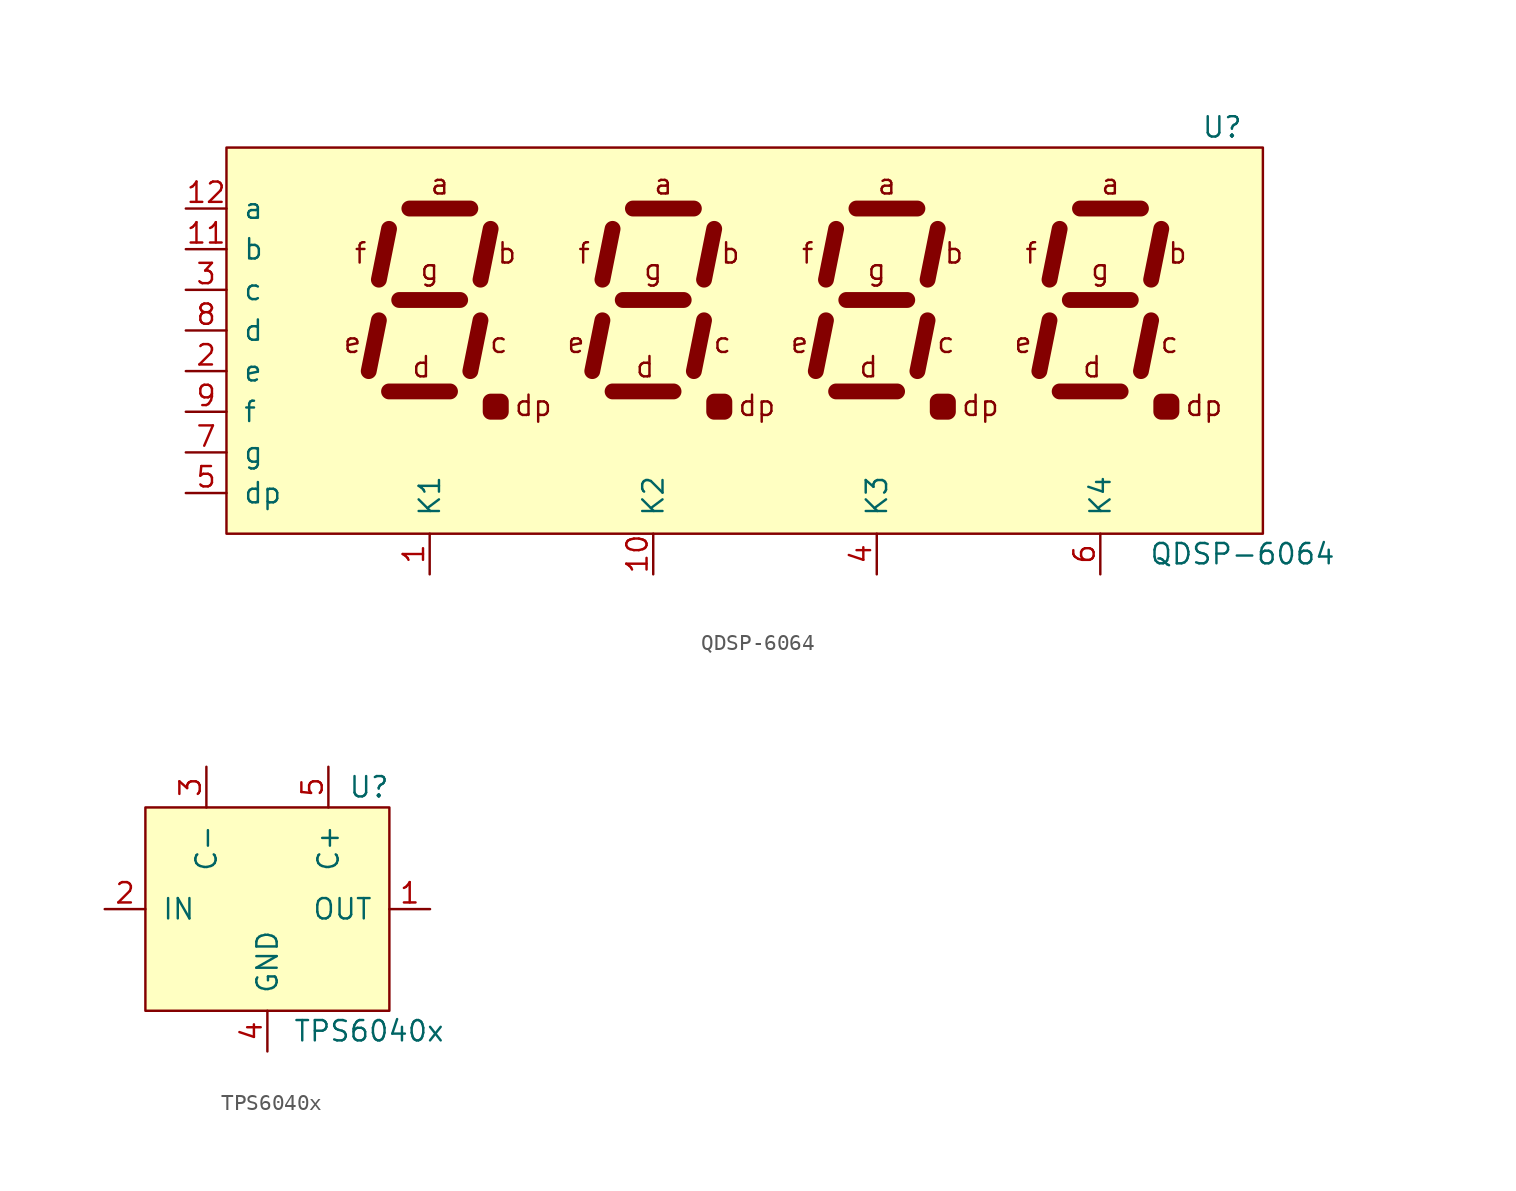
<source format=kicad_sym>
(kicad_symbol_lib
  (version 20220914)
  (generator kicad_symbol_editor)
  (symbol "QDSP-6064"
    (pin_names
      (offset 1.016))
    (property "Reference" "U"
      (at 29.21 13.97 0)
      (effects (font (size 1.27 1.27))))
    (property "Value" "QDSP-6064"
      (at 30.48 -12.7 0)
      (effects (font (size 1.27 1.27))))
    (symbol "QDSP-6064_0_0"
      (rectangle (start -33.02 12.7) (end 31.75 -11.43) (stroke (width 0) (type solid)) (fill (type background)))
      (polyline (pts (xy -16.51 -3.175) (xy -16.51 -3.81) (xy -15.875 -3.81) (xy -15.875 -3.175) (xy -16.51 -3.175)) (stroke (width 0.991) (type solid)) (fill (type none)))
      (text "a" (at -19.685 10.414 0) (effects (font (size 1.27 1.27))))
      (text "b" (at -15.494 6.096 0) (effects (font (size 1.27 1.27))))
      (text "c" (at -16.002 0.508 0) (effects (font (size 1.27 1.27))))
      (text "d" (at -20.828 -1.016 0) (effects (font (size 1.27 1.27))))
      (text "dp" (at -13.843 -3.429 0) (effects (font (size 1.27 1.27))))
      (text "e" (at -25.146 0.508 0) (effects (font (size 1.27 1.27))))
      (text "f" (at -24.638 6.096 0) (effects (font (size 1.27 1.27))))
      (text "g" (at -20.32 5.08 0) (effects (font (size 1.27 1.27)))))
    (symbol "QDSP-6064_0_1"
      (polyline (pts (xy -23.495 1.905) (xy -24.13 -1.27)) (stroke (width 0.991) (type solid)) (fill (type none)))
      (polyline (pts (xy -22.86 -2.54) (xy -19.05 -2.54)) (stroke (width 0.991) (type solid)) (fill (type none)))
      (polyline (pts (xy -22.86 7.62) (xy -23.495 4.445)) (stroke (width 0.991) (type solid)) (fill (type none)))
      (polyline (pts (xy -22.225 3.175) (xy -18.415 3.175)) (stroke (width 0.991) (type solid)) (fill (type none)))
      (polyline (pts (xy -21.59 8.89) (xy -17.78 8.89)) (stroke (width 0.991) (type solid)) (fill (type none)))
      (polyline (pts (xy -17.145 1.905) (xy -17.78 -1.27)) (stroke (width 0.991) (type solid)) (fill (type none)))
      (polyline (pts (xy -16.51 7.62) (xy -17.145 4.445)) (stroke (width 0.991) (type solid)) (fill (type none))))
    (symbol "QDSP-6064_1_1"
      (polyline (pts (xy -9.525 1.905) (xy -10.16 -1.27)) (stroke (width 0.991) (type solid)) (fill (type none)))
      (polyline (pts (xy -8.89 -2.54) (xy -5.08 -2.54)) (stroke (width 0.991) (type solid)) (fill (type none)))
      (polyline (pts (xy -8.89 7.62) (xy -9.525 4.445)) (stroke (width 0.991) (type solid)) (fill (type none)))
      (polyline (pts (xy -8.255 3.175) (xy -4.445 3.175)) (stroke (width 0.991) (type solid)) (fill (type none)))
      (polyline (pts (xy -7.62 8.89) (xy -3.81 8.89)) (stroke (width 0.991) (type solid)) (fill (type none)))
      (polyline (pts (xy -3.175 1.905) (xy -3.81 -1.27)) (stroke (width 0.991) (type solid)) (fill (type none)))
      (polyline (pts (xy -2.54 7.62) (xy -3.175 4.445)) (stroke (width 0.991) (type solid)) (fill (type none)))
      (polyline (pts (xy 4.445 1.905) (xy 3.81 -1.27)) (stroke (width 0.991) (type solid)) (fill (type none)))
      (polyline (pts (xy 5.08 -2.54) (xy 8.89 -2.54)) (stroke (width 0.991) (type solid)) (fill (type none)))
      (polyline (pts (xy 5.08 7.62) (xy 4.445 4.445)) (stroke (width 0.991) (type solid)) (fill (type none)))
      (polyline (pts (xy 5.715 3.175) (xy 9.525 3.175)) (stroke (width 0.991) (type solid)) (fill (type none)))
      (polyline (pts (xy 6.35 8.89) (xy 10.16 8.89)) (stroke (width 0.991) (type solid)) (fill (type none)))
      (polyline (pts (xy 10.795 1.905) (xy 10.16 -1.27)) (stroke (width 0.991) (type solid)) (fill (type none)))
      (polyline (pts (xy 11.43 7.62) (xy 10.795 4.445)) (stroke (width 0.991) (type solid)) (fill (type none)))
      (polyline (pts (xy 18.415 1.905) (xy 17.78 -1.27)) (stroke (width 0.991) (type solid)) (fill (type none)))
      (polyline (pts (xy 19.05 -2.54) (xy 22.86 -2.54)) (stroke (width 0.991) (type solid)) (fill (type none)))
      (polyline (pts (xy 19.05 7.62) (xy 18.415 4.445)) (stroke (width 0.991) (type solid)) (fill (type none)))
      (polyline (pts (xy 19.685 3.175) (xy 23.495 3.175)) (stroke (width 0.991) (type solid)) (fill (type none)))
      (polyline (pts (xy 20.32 8.89) (xy 24.13 8.89)) (stroke (width 0.991) (type solid)) (fill (type none)))
      (polyline (pts (xy 24.765 1.905) (xy 24.13 -1.27)) (stroke (width 0.991) (type solid)) (fill (type none)))
      (polyline (pts (xy 25.4 7.62) (xy 24.765 4.445)) (stroke (width 0.991) (type solid)) (fill (type none)))
      (polyline (pts (xy -2.54 -3.175) (xy -2.54 -3.81) (xy -1.905 -3.81) (xy -1.905 -3.175) (xy -2.54 -3.175)) (stroke (width 0.991) (type solid)) (fill (type none)))
      (polyline (pts (xy 11.43 -3.175) (xy 11.43 -3.81) (xy 12.065 -3.81) (xy 12.065 -3.175) (xy 11.43 -3.175)) (stroke (width 0.991) (type solid)) (fill (type none)))
      (polyline (pts (xy 25.4 -3.175) (xy 25.4 -3.81) (xy 26.035 -3.81) (xy 26.035 -3.175) (xy 25.4 -3.175)) (stroke (width 0.991) (type solid)) (fill (type none)))
      (text "a" (at -5.715 10.414 0) (effects (font (size 1.27 1.27))))
      (text "a" (at 8.255 10.414 0) (effects (font (size 1.27 1.27))))
      (text "a" (at 22.225 10.414 0) (effects (font (size 1.27 1.27))))
      (text "b" (at -1.524 6.096 0) (effects (font (size 1.27 1.27))))
      (text "b" (at 12.446 6.096 0) (effects (font (size 1.27 1.27))))
      (text "b" (at 26.416 6.096 0) (effects (font (size 1.27 1.27))))
      (text "c" (at -2.032 0.508 0) (effects (font (size 1.27 1.27))))
      (text "c" (at 11.938 0.508 0) (effects (font (size 1.27 1.27))))
      (text "c" (at 25.908 0.508 0) (effects (font (size 1.27 1.27))))
      (text "d" (at -6.858 -1.016 0) (effects (font (size 1.27 1.27))))
      (text "d" (at 7.112 -1.016 0) (effects (font (size 1.27 1.27))))
      (text "d" (at 21.082 -1.016 0) (effects (font (size 1.27 1.27))))
      (text "dp" (at 0.127 -3.429 0) (effects (font (size 1.27 1.27))))
      (text "dp" (at 14.097 -3.429 0) (effects (font (size 1.27 1.27))))
      (text "dp" (at 28.067 -3.429 0) (effects (font (size 1.27 1.27))))
      (text "e" (at -11.176 0.508 0) (effects (font (size 1.27 1.27))))
      (text "e" (at 2.794 0.508 0) (effects (font (size 1.27 1.27))))
      (text "e" (at 16.764 0.508 0) (effects (font (size 1.27 1.27))))
      (text "f" (at -10.668 6.096 0) (effects (font (size 1.27 1.27))))
      (text "f" (at 3.302 6.096 0) (effects (font (size 1.27 1.27))))
      (text "f" (at 17.272 6.096 0) (effects (font (size 1.27 1.27))))
      (text "g" (at -6.35 5.08 0) (effects (font (size 1.27 1.27))))
      (text "g" (at 7.62 5.08 0) (effects (font (size 1.27 1.27))))
      (text "g" (at 21.59 5.08 0) (effects (font (size 1.27 1.27))))
      (pin input line (at -20.32 -13.97 90) (length 2.54) (name "K1" (effects (font (size 1.27 1.27)))) (number "1" (effects (font (size 1.27 1.27)))))
      (pin input line (at -6.35 -13.97 90) (length 2.54) (name "K2" (effects (font (size 1.27 1.27)))) (number "10" (effects (font (size 1.27 1.27)))))
      (pin input line (at -35.56 6.35 0) (length 2.54) (name "b" (effects (font (size 1.27 1.27)))) (number "11" (effects (font (size 1.27 1.27)))))
      (pin input line (at -35.56 8.89 0) (length 2.54) (name "a" (effects (font (size 1.27 1.27)))) (number "12" (effects (font (size 1.27 1.27)))))
      (pin input line (at -35.56 -1.27 0) (length 2.54) (name "e" (effects (font (size 1.27 1.27)))) (number "2" (effects (font (size 1.27 1.27)))))
      (pin input line (at -35.56 3.81 0) (length 2.54) (name "c" (effects (font (size 1.27 1.27)))) (number "3" (effects (font (size 1.27 1.27)))))
      (pin input line (at 7.62 -13.97 90) (length 2.54) (name "K3" (effects (font (size 1.27 1.27)))) (number "4" (effects (font (size 1.27 1.27)))))
      (pin input line (at -35.56 -8.89 0) (length 2.54) (name "dp" (effects (font (size 1.27 1.27)))) (number "5" (effects (font (size 1.27 1.27)))))
      (pin input line (at 21.59 -13.97 90) (length 2.54) (name "K4" (effects (font (size 1.27 1.27)))) (number "6" (effects (font (size 1.27 1.27)))))
      (pin input line (at -35.56 -6.35 0) (length 2.54) (name "g" (effects (font (size 1.27 1.27)))) (number "7" (effects (font (size 1.27 1.27)))))
      (pin input line (at -35.56 1.27 0) (length 2.54) (name "d" (effects (font (size 1.27 1.27)))) (number "8" (effects (font (size 1.27 1.27)))))
      (pin input line (at -35.56 -3.81 0) (length 2.54) (name "f" (effects (font (size 1.27 1.27)))) (number "9" (effects (font (size 1.27 1.27)))))))
  (symbol "TPS6040x"
    (pin_names
      (offset 1.016))
    (property "Reference" "U"
      (at 6.35 7.62 0)
      (effects (font (size 1.27 1.27))))
    (property "Value" "TPS6040x"
      (at 6.35 -7.62 0)
      (effects (font (size 1.27 1.27))))
    (symbol "TPS6040x_0_1"
      (rectangle (start -7.62 6.35) (end 7.62 -6.35) (stroke (width 0) (type solid)) (fill (type background))))
    (symbol "TPS6040x_1_1"
      (pin power_out line (at 10.16 0 180) (length 2.54) (name "OUT" (effects (font (size 1.27 1.27)))) (number "1" (effects (font (size 1.27 1.27)))))
      (pin power_in line (at -10.16 0 0) (length 2.54) (name "IN" (effects (font (size 1.27 1.27)))) (number "2" (effects (font (size 1.27 1.27)))))
      (pin passive line (at -3.81 8.89 270) (length 2.54) (name "C-" (effects (font (size 1.27 1.27)))) (number "3" (effects (font (size 1.27 1.27)))))
      (pin power_in line (at 0 -8.89 90) (length 2.54) (name "GND" (effects (font (size 1.27 1.27)))) (number "4" (effects (font (size 1.27 1.27)))))
      (pin passive line (at 3.81 8.89 270) (length 2.54) (name "C+" (effects (font (size 1.27 1.27)))) (number "5" (effects (font (size 1.27 1.27))))))))
</source>
